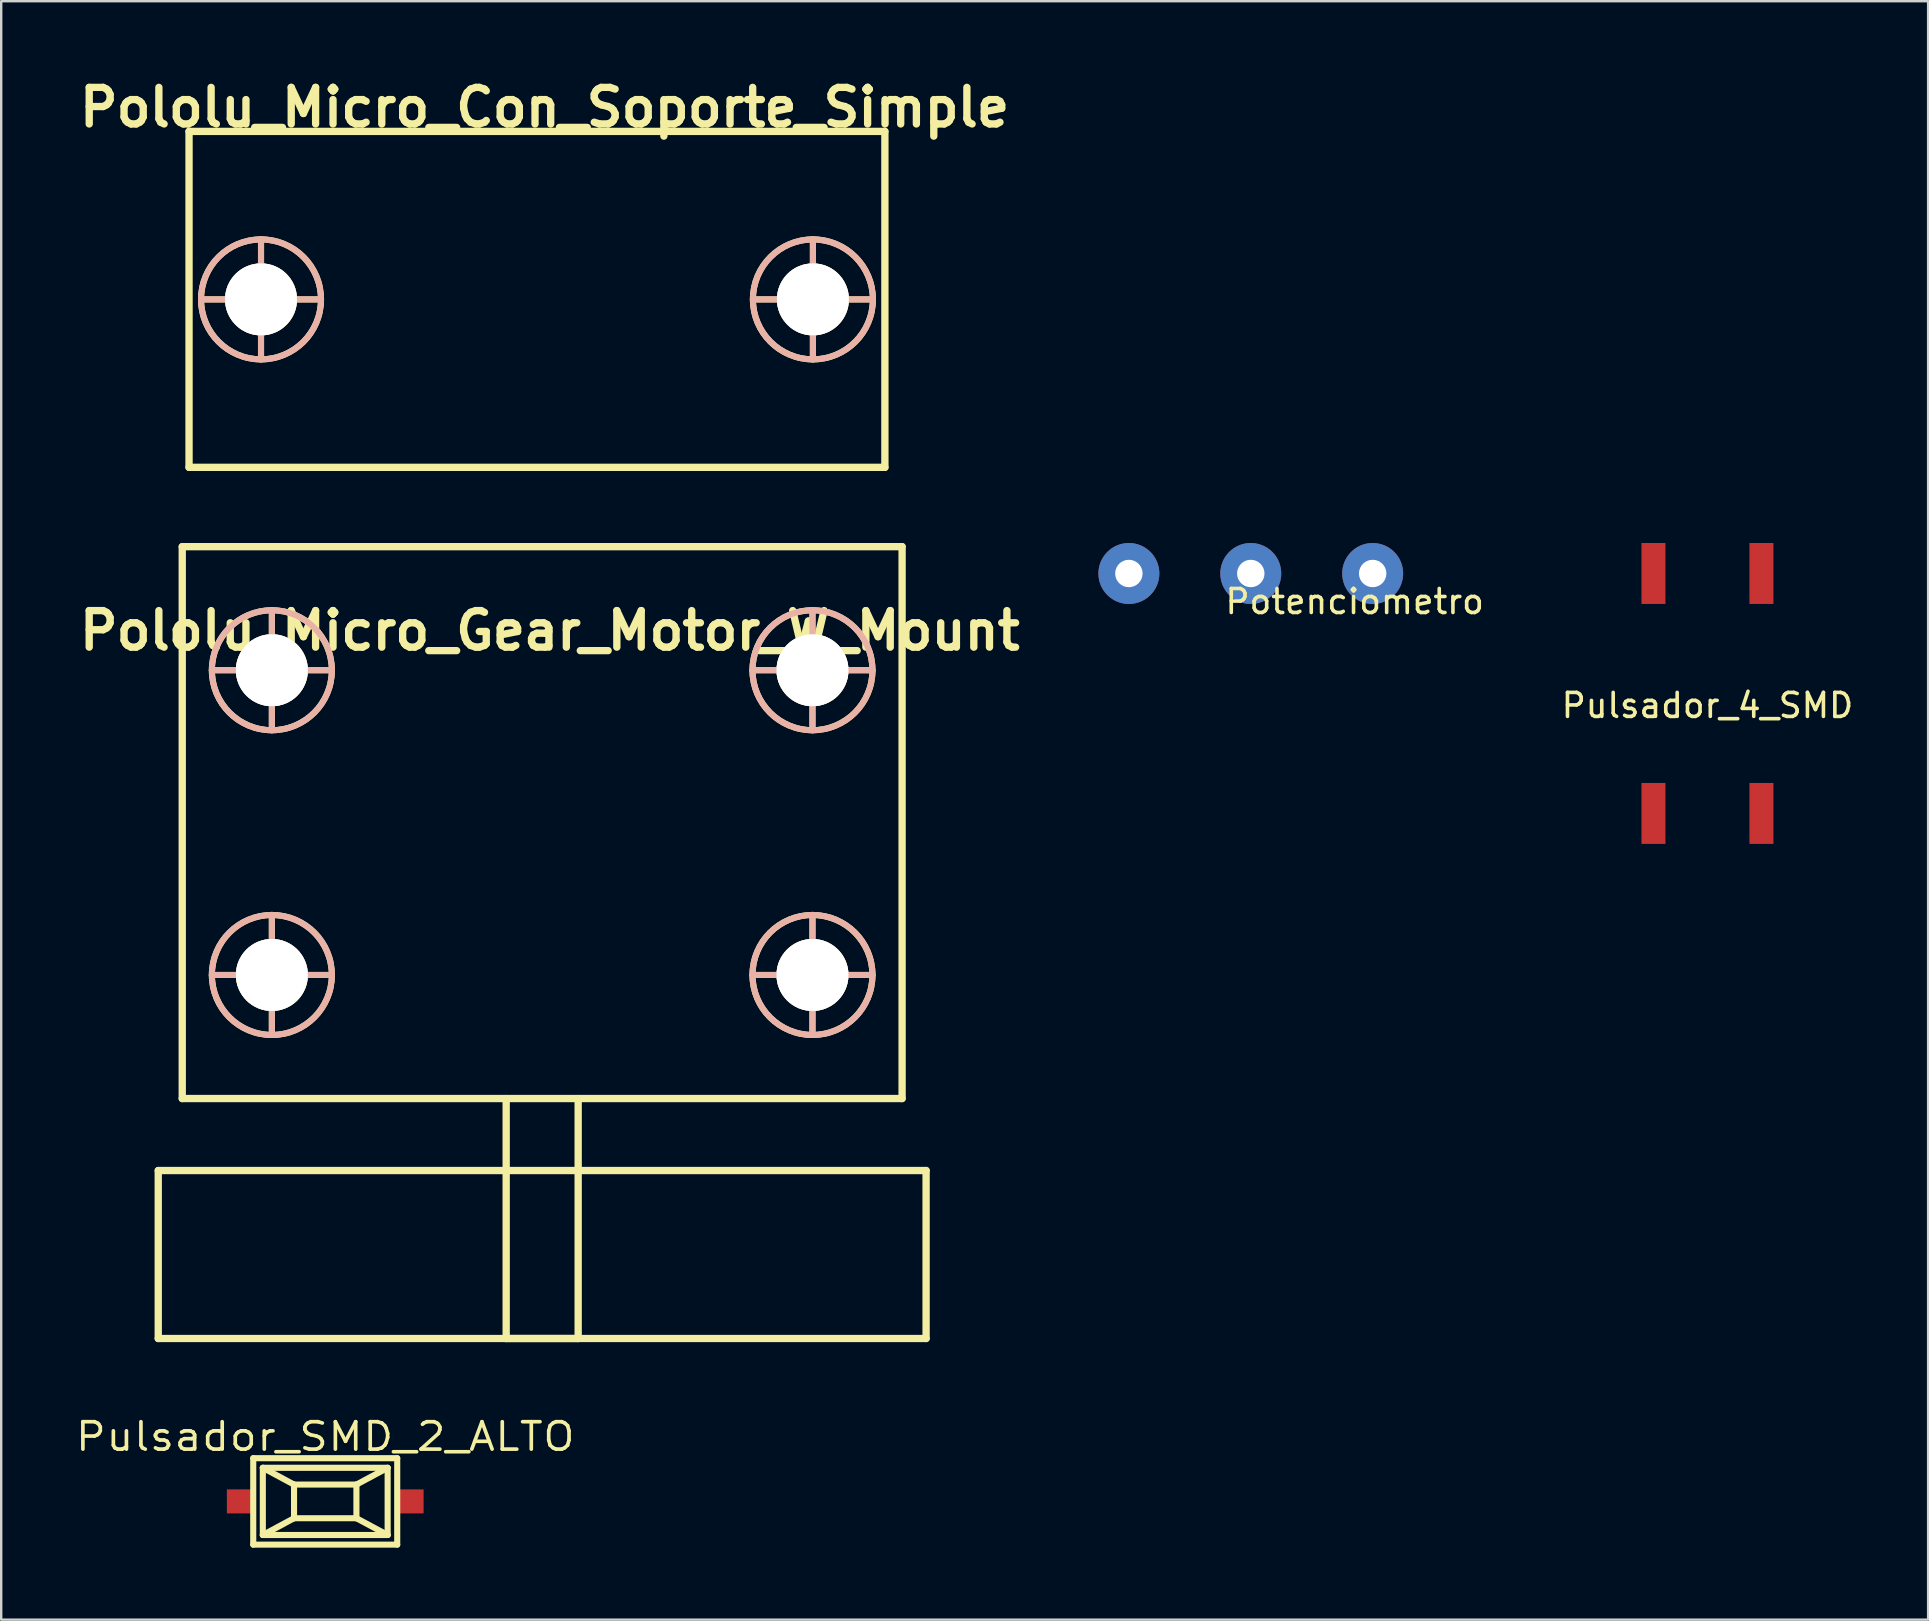
<source format=kicad_pcb>
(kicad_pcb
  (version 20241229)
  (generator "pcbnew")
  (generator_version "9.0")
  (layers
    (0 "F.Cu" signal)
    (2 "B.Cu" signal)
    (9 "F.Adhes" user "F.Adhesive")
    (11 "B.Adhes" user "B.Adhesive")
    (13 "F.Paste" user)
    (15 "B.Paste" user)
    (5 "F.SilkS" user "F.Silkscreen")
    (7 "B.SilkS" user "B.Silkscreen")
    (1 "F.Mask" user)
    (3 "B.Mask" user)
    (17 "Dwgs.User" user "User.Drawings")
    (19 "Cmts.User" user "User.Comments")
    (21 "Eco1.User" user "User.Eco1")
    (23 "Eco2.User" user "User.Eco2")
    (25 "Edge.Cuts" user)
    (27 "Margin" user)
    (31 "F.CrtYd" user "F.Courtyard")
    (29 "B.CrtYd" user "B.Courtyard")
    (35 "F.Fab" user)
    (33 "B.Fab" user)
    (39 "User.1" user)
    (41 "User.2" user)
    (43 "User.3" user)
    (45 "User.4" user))
  (footprint "Pulsador_SMD_2_ALTO"
    (layer "F.Cu")
    (at 10.504 59.521)
    (property "Reference" "Pulsador_SMD_2_ALTO" (at 0 -2.7 0) (layer "F.SilkS") (effects (font (size 1.143 1.27) (thickness 0.152))))
    (attr through_hole)
    (fp_line (start -3 -1.801) (end 3 -1.801) (stroke (width 0.254) (type solid)) (layer "F.SilkS"))
    (fp_line (start -3 1.801) (end -3 -1.801) (stroke (width 0.254) (type solid)) (layer "F.SilkS"))
    (fp_line (start -2.601 -1.4) (end -1.3 -0.701) (stroke (width 0.254) (type solid)) (layer "F.SilkS"))
    (fp_line (start -2.601 -1.4) (end 2.601 -1.4) (stroke (width 0.254) (type solid)) (layer "F.SilkS"))
    (fp_line (start -2.601 1.4) (end -2.601 -1.4) (stroke (width 0.254) (type solid)) (layer "F.SilkS"))
    (fp_line (start -1.3 -0.701) (end 1.3 -0.701) (stroke (width 0.254) (type solid)) (layer "F.SilkS"))
    (fp_line (start -1.3 0.701) (end -2.601 1.4) (stroke (width 0.254) (type solid)) (layer "F.SilkS"))
    (fp_line (start -1.3 0.701) (end -1.3 -0.701) (stroke (width 0.254) (type solid)) (layer "F.SilkS"))
    (fp_line (start 1.3 -0.701) (end 1.3 0.701) (stroke (width 0.254) (type solid)) (layer "F.SilkS"))
    (fp_line (start 1.3 -0.701) (end 2.601 -1.4) (stroke (width 0.254) (type solid)) (layer "F.SilkS"))
    (fp_line (start 1.3 0.701) (end -1.3 0.701) (stroke (width 0.254) (type solid)) (layer "F.SilkS"))
    (fp_line (start 1.3 0.701) (end 2.601 1.4) (stroke (width 0.254) (type solid)) (layer "F.SilkS"))
    (fp_line (start 2.601 -1.4) (end 2.601 1.4) (stroke (width 0.254) (type solid)) (layer "F.SilkS"))
    (fp_line (start 2.601 1.4) (end -2.601 1.4) (stroke (width 0.254) (type solid)) (layer "F.SilkS"))
    (fp_line (start 3 -1.801) (end 3 1.801) (stroke (width 0.254) (type solid)) (layer "F.SilkS"))
    (fp_line (start 3 1.801) (end -3 1.801) (stroke (width 0.254) (type solid)) (layer "F.SilkS"))
    (pad "1" smd rect (at -3.599 0) (size 1.001 1.001) (layers "F.Cu" "F.Mask" "F.Paste"))
    (pad "2" smd rect (at 3.599 0) (size 1.001 1.001) (layers "F.Cu" "F.Mask" "F.Paste")))
  (footprint "Potenciometro"
    (layer "F.Cu")
    (at 49.076 20.85)
    (property "Reference" "Potenciometro" (at 4.33 1.17 0) (layer "F.SilkS") (effects (font (size 1 1) (thickness 0.15))))
    (attr through_hole)
    (pad "1" thru_hole circle (at -5.08 0) (size 2.54 2.54) (drill 1.143) (layers "*.Cu" "*.Mask"))
    (pad "2" thru_hole circle (at 0 0) (size 2.54 2.54) (drill 1.143) (layers "*.Cu" "*.Mask"))
    (pad "3" thru_hole circle (at 5.08 0) (size 2.54 2.54) (drill 1.143) (layers "*.Cu" "*.Mask")))
  (footprint "Pulsador_4_SMD"
    (layer "F.Cu")
    (at 68.108 25.85)
    (property "Reference" "Pulsador_4_SMD" (at 0 0.5 0) (layer "F.SilkS") (effects (font (size 1 1) (thickness 0.15))))
    (attr through_hole)
    (pad "1" smd rect (at -2.25 -5) (size 1 2.54) (layers "F.Cu" "F.Mask" "F.Paste"))
    (pad "2" smd rect (at -2.25 5) (size 1 2.54) (layers "F.Cu" "F.Mask" "F.Paste"))
    (pad "3" smd rect (at 2.25 -5) (size 1 2.54) (layers "F.Cu" "F.Mask" "F.Paste"))
    (pad "4" smd rect (at 2.25 5) (size 1 2.54) (layers "F.Cu" "F.Mask" "F.Paste")))
  (footprint "Pololu_Micro_Gear_Motor_W_Mount"
    (layer "F.Cu")
    (at 19.545 31.232)
    (property "Reference" "Pololu_Micro_Gear_Motor_W_Mount" (at 0.318 -8.001 0) (layer "F.SilkS") (effects (font (size 1.524 1.524) (thickness 0.305))))
    (attr through_hole)
    (fp_line (start -16 14.5) (end 16 14.5) (stroke (width 0.305) (type solid)) (layer "F.SilkS"))
    (fp_line (start -16 21.5) (end -16 14.5) (stroke (width 0.305) (type solid)) (layer "F.SilkS"))
    (fp_line (start -15 -11.5) (end -15 11.5) (stroke (width 0.305) (type solid)) (layer "F.SilkS"))
    (fp_line (start -15 11.5) (end 15 11.5) (stroke (width 0.305) (type solid)) (layer "F.SilkS"))
    (fp_line (start -13.765 -6.35) (end -8.765 -6.35) (stroke (width 0.254) (type solid)) (layer "F.SilkS"))
    (fp_line (start -13.765 6.35) (end -8.765 6.35) (stroke (width 0.254) (type solid)) (layer "F.SilkS"))
    (fp_line (start -11.265 -8.85) (end -11.265 -3.85) (stroke (width 0.254) (type solid)) (layer "F.SilkS"))
    (fp_line (start -11.265 3.85) (end -11.265 8.85) (stroke (width 0.254) (type solid)) (layer "F.SilkS"))
    (fp_line (start -1.5 11.5) (end -1.5 21.5) (stroke (width 0.305) (type solid)) (layer "F.SilkS"))
    (fp_line (start -1.5 21.5) (end 1.5 21.5) (stroke (width 0.305) (type solid)) (layer "F.SilkS"))
    (fp_line (start 1.5 21.5) (end 1.5 11.5) (stroke (width 0.305) (type solid)) (layer "F.SilkS"))
    (fp_line (start 8.765 -6.35) (end 13.765 -6.35) (stroke (width 0.254) (type solid)) (layer "F.SilkS"))
    (fp_line (start 8.765 6.35) (end 13.765 6.35) (stroke (width 0.254) (type solid)) (layer "F.SilkS"))
    (fp_line (start 11.265 -8.85) (end 11.265 -3.85) (stroke (width 0.254) (type solid)) (layer "F.SilkS"))
    (fp_line (start 11.265 3.85) (end 11.265 8.85) (stroke (width 0.254) (type solid)) (layer "F.SilkS"))
    (fp_line (start 15 -11.5) (end -15 -11.5) (stroke (width 0.305) (type solid)) (layer "F.SilkS"))
    (fp_line (start 15 11.5) (end 15 -11.5) (stroke (width 0.305) (type solid)) (layer "F.SilkS"))
    (fp_line (start 16 14.5) (end 16 21.5) (stroke (width 0.305) (type solid)) (layer "F.SilkS"))
    (fp_line (start 16 21.5) (end -16 21.5) (stroke (width 0.305) (type solid)) (layer "F.SilkS"))
    (fp_circle (center -11.265 -6.35) (end -8.765 -6.35) (stroke (width 0.254) (type solid)) (fill no) (layer "F.SilkS"))
    (fp_circle (center -11.265 6.35) (end -8.765 6.35) (stroke (width 0.254) (type solid)) (fill no) (layer "F.SilkS"))
    (fp_circle (center 11.265 -6.35) (end 13.765 -6.35) (stroke (width 0.254) (type solid)) (fill no) (layer "F.SilkS"))
    (fp_circle (center 11.265 6.35) (end 13.765 6.35) (stroke (width 0.254) (type solid)) (fill no) (layer "F.SilkS"))
    (fp_line (start -13.765 -6.35) (end -8.765 -6.35) (stroke (width 0.254) (type solid)) (layer "B.SilkS"))
    (fp_line (start -13.765 6.35) (end -8.765 6.35) (stroke (width 0.254) (type solid)) (layer "B.SilkS"))
    (fp_line (start -11.265 -8.85) (end -11.265 -3.85) (stroke (width 0.254) (type solid)) (layer "B.SilkS"))
    (fp_line (start -11.265 3.85) (end -11.265 8.85) (stroke (width 0.254) (type solid)) (layer "B.SilkS"))
    (fp_line (start 8.765 -6.35) (end 13.765 -6.35) (stroke (width 0.254) (type solid)) (layer "B.SilkS"))
    (fp_line (start 8.765 6.35) (end 13.765 6.35) (stroke (width 0.254) (type solid)) (layer "B.SilkS"))
    (fp_line (start 11.265 -8.85) (end 11.265 -3.85) (stroke (width 0.254) (type solid)) (layer "B.SilkS"))
    (fp_line (start 11.265 3.85) (end 11.265 8.85) (stroke (width 0.254) (type solid)) (layer "B.SilkS"))
    (fp_circle (center -11.265 -6.35) (end -8.765 -6.35) (stroke (width 0.254) (type solid)) (fill no) (layer "B.SilkS"))
    (fp_circle (center -11.265 6.35) (end -8.765 6.35) (stroke (width 0.254) (type solid)) (fill no) (layer "B.SilkS"))
    (fp_circle (center 11.265 -6.35) (end 13.765 -6.35) (stroke (width 0.254) (type solid)) (fill no) (layer "B.SilkS"))
    (fp_circle (center 11.265 6.35) (end 13.765 6.35) (stroke (width 0.254) (type solid)) (fill no) (layer "B.SilkS"))
    (pad "1" thru_hole circle (at 11.265 6.35) (size 3 3) (drill 3) (layers "*.Cu" "F.SilkS"))
    (pad "2" thru_hole circle (at 11.265 -6.35) (size 3 3) (drill 3) (layers "*.Cu" "F.SilkS"))
    (pad "3" thru_hole circle (at -11.265 -6.35) (size 3 3) (drill 3) (layers "*.Cu" "F.SilkS"))
    (pad "4" thru_hole circle (at -11.265 6.35) (size 3 3) (drill 3) (layers "*.Cu" "F.SilkS")))
  (footprint "Pololu_Micro_Con_Soporte_Simple"
    (layer "F.Cu")
    (at 19.328 9.427)
    (property "Reference" "Pololu_Micro_Con_Soporte_Simple" (at 0.318 -8.001 0) (layer "F.SilkS") (effects (font (size 1.524 1.524) (thickness 0.305))))
    (attr through_hole)
    (fp_line (start -14.5 -7) (end -14.5 7) (stroke (width 0.305) (type solid)) (layer "F.SilkS"))
    (fp_line (start -14.5 7) (end 14.5 7) (stroke (width 0.305) (type solid)) (layer "F.SilkS"))
    (fp_line (start -14 0) (end -9 0) (stroke (width 0.254) (type solid)) (layer "F.SilkS"))
    (fp_line (start -11.5 -2.5) (end -11.5 2.5) (stroke (width 0.254) (type solid)) (layer "F.SilkS"))
    (fp_line (start 9 0) (end 14 0) (stroke (width 0.254) (type solid)) (layer "F.SilkS"))
    (fp_line (start 11.5 -2.5) (end 11.5 2.5) (stroke (width 0.254) (type solid)) (layer "F.SilkS"))
    (fp_line (start 14.5 -7) (end -14.5 -7) (stroke (width 0.305) (type solid)) (layer "F.SilkS"))
    (fp_line (start 14.5 7) (end 14.5 -7) (stroke (width 0.305) (type solid)) (layer "F.SilkS"))
    (fp_circle (center -11.5 0) (end -9 0) (stroke (width 0.254) (type solid)) (fill no) (layer "F.SilkS"))
    (fp_circle (center 11.5 0) (end 14 0) (stroke (width 0.254) (type solid)) (fill no) (layer "F.SilkS"))
    (fp_line (start -14 0) (end -9 0) (stroke (width 0.254) (type solid)) (layer "B.SilkS"))
    (fp_line (start -11.5 -2.5) (end -11.5 2.5) (stroke (width 0.254) (type solid)) (layer "B.SilkS"))
    (fp_line (start 9 0) (end 14 0) (stroke (width 0.254) (type solid)) (layer "B.SilkS"))
    (fp_line (start 11.5 -2.5) (end 11.5 2.5) (stroke (width 0.254) (type solid)) (layer "B.SilkS"))
    (fp_circle (center -11.5 0) (end -9 0) (stroke (width 0.254) (type solid)) (fill no) (layer "B.SilkS"))
    (fp_circle (center 11.5 0) (end 14 0) (stroke (width 0.254) (type solid)) (fill no) (layer "B.SilkS"))
    (pad "1" thru_hole circle (at 11.5 0) (size 3 3) (drill 3) (layers "*.Cu" "F.SilkS"))
    (pad "4" thru_hole circle (at -11.5 0) (size 3 3) (drill 3) (layers "*.Cu" "F.SilkS")))
  (gr_rect
    (start -3 -3)
    (end 77.304 64.449)
    (stroke (width 0.1) (type default))
    (fill no)
    (layer "Edge.Cuts")))
</source>
